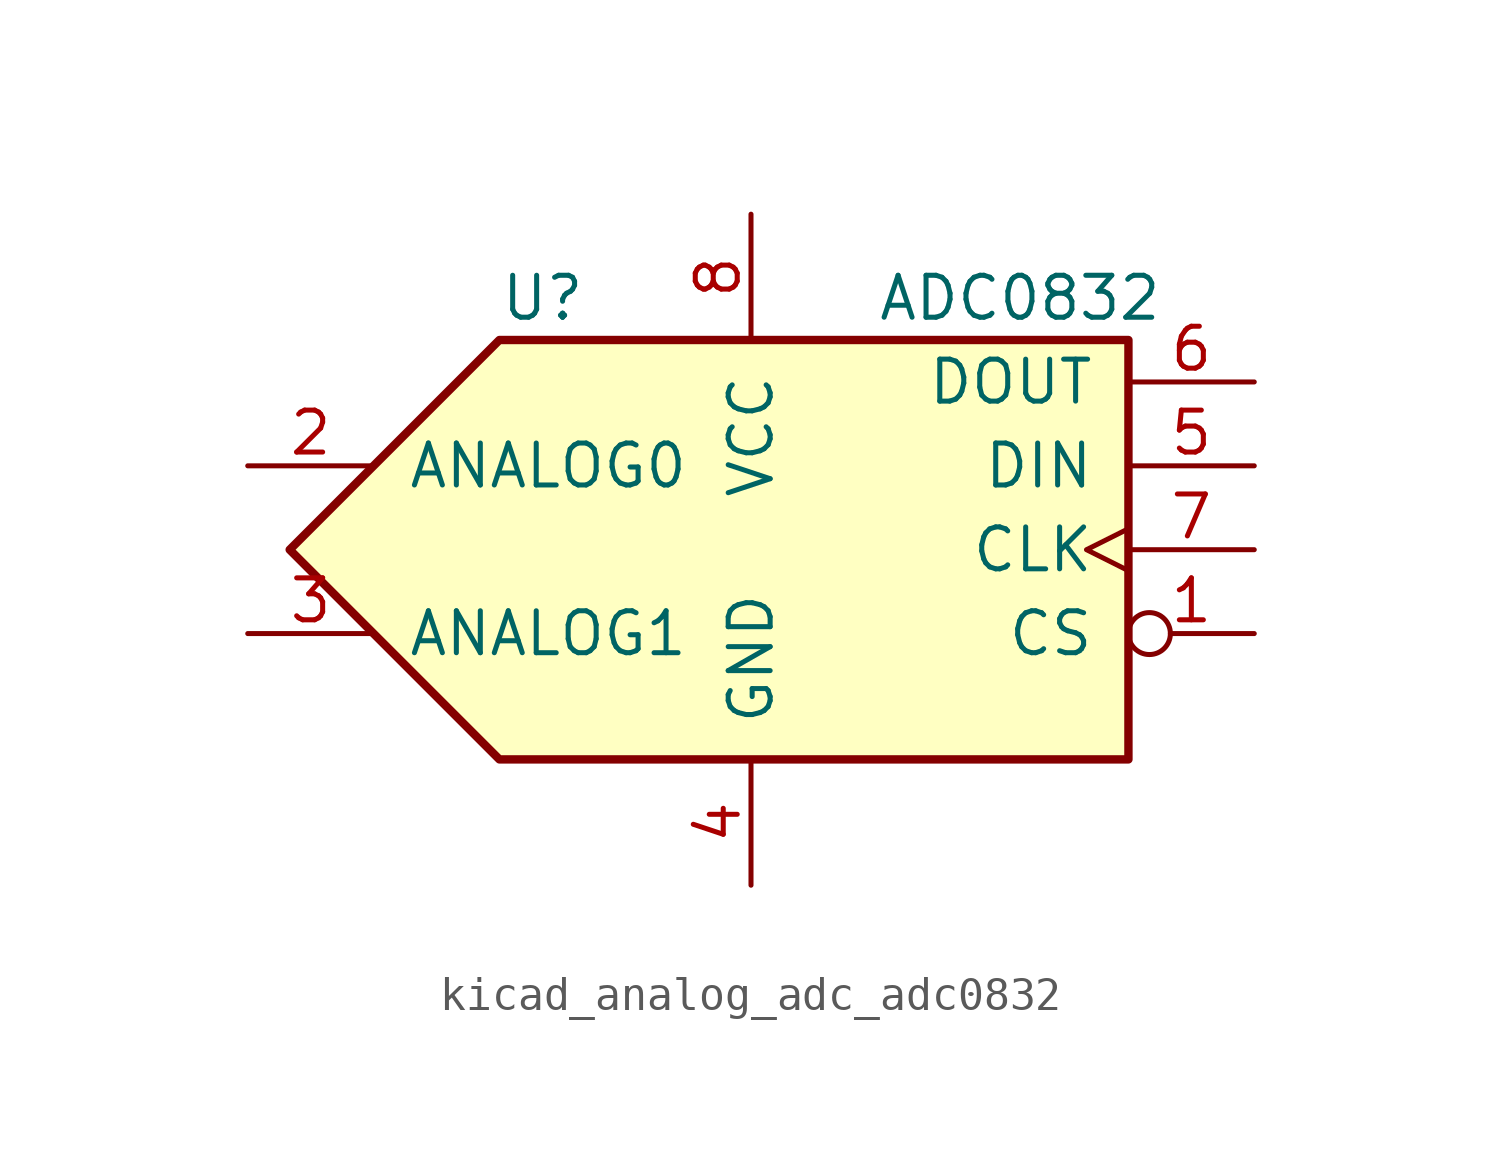
<source format=kicad_sym>
(kicad_symbol_lib
  (version 20220914)
  (generator kicad_symbol_editor)
  (symbol "kicad_analog_adc_adc0832"
    (pin_names
      (offset 1.016))
    (property "Reference" "U"
      (at -7.62 7.62 0)
      (effects (font (size 1.27 1.27)) (justify left)))
    (property "Value" "ADC0832"
      (at 3.81 7.62 0)
      (effects (font (size 1.27 1.27)) (justify left)))
    (symbol "kicad_analog_adc_adc0832_0_1"
      (polyline (pts (xy -13.97 0) (xy -7.62 6.35) (xy 11.43 6.35) (xy 11.43 -6.35) (xy -7.62 -6.35) (xy -13.97 0)) (stroke (width 0.254) (type default)) (fill (type background))))
    (symbol "kicad_analog_adc_adc0832_1_1"
      (pin input inverted (at 15.24 -2.54 180) (length 3.81) (name "CS" (effects (font (size 1.27 1.27)))) (number "1" (effects (font (size 1.27 1.27)))))
      (pin input line (at -15.24 2.54 0) (length 3.81) (name "ANALOG0" (effects (font (size 1.27 1.27)))) (number "2" (effects (font (size 1.27 1.27)))))
      (pin input line (at -15.24 -2.54 0) (length 3.81) (name "ANALOG1" (effects (font (size 1.27 1.27)))) (number "3" (effects (font (size 1.27 1.27)))))
      (pin input line (at 0 -10.16 90) (length 3.81) (name "GND" (effects (font (size 1.27 1.27)))) (number "4" (effects (font (size 1.27 1.27)))))
      (pin input line (at 15.24 2.54 180) (length 3.81) (name "DIN" (effects (font (size 1.27 1.27)))) (number "5" (effects (font (size 1.27 1.27)))))
      (pin output line (at 15.24 5.08 180) (length 3.81) (name "DOUT" (effects (font (size 1.27 1.27)))) (number "6" (effects (font (size 1.27 1.27)))))
      (pin input clock (at 15.24 0 180) (length 3.81) (name "CLK" (effects (font (size 1.27 1.27)))) (number "7" (effects (font (size 1.27 1.27)))))
      (pin input line (at 0 10.16 270) (length 3.81) (name "VCC" (effects (font (size 1.27 1.27)))) (number "8" (effects (font (size 1.27 1.27))))))))
</source>
